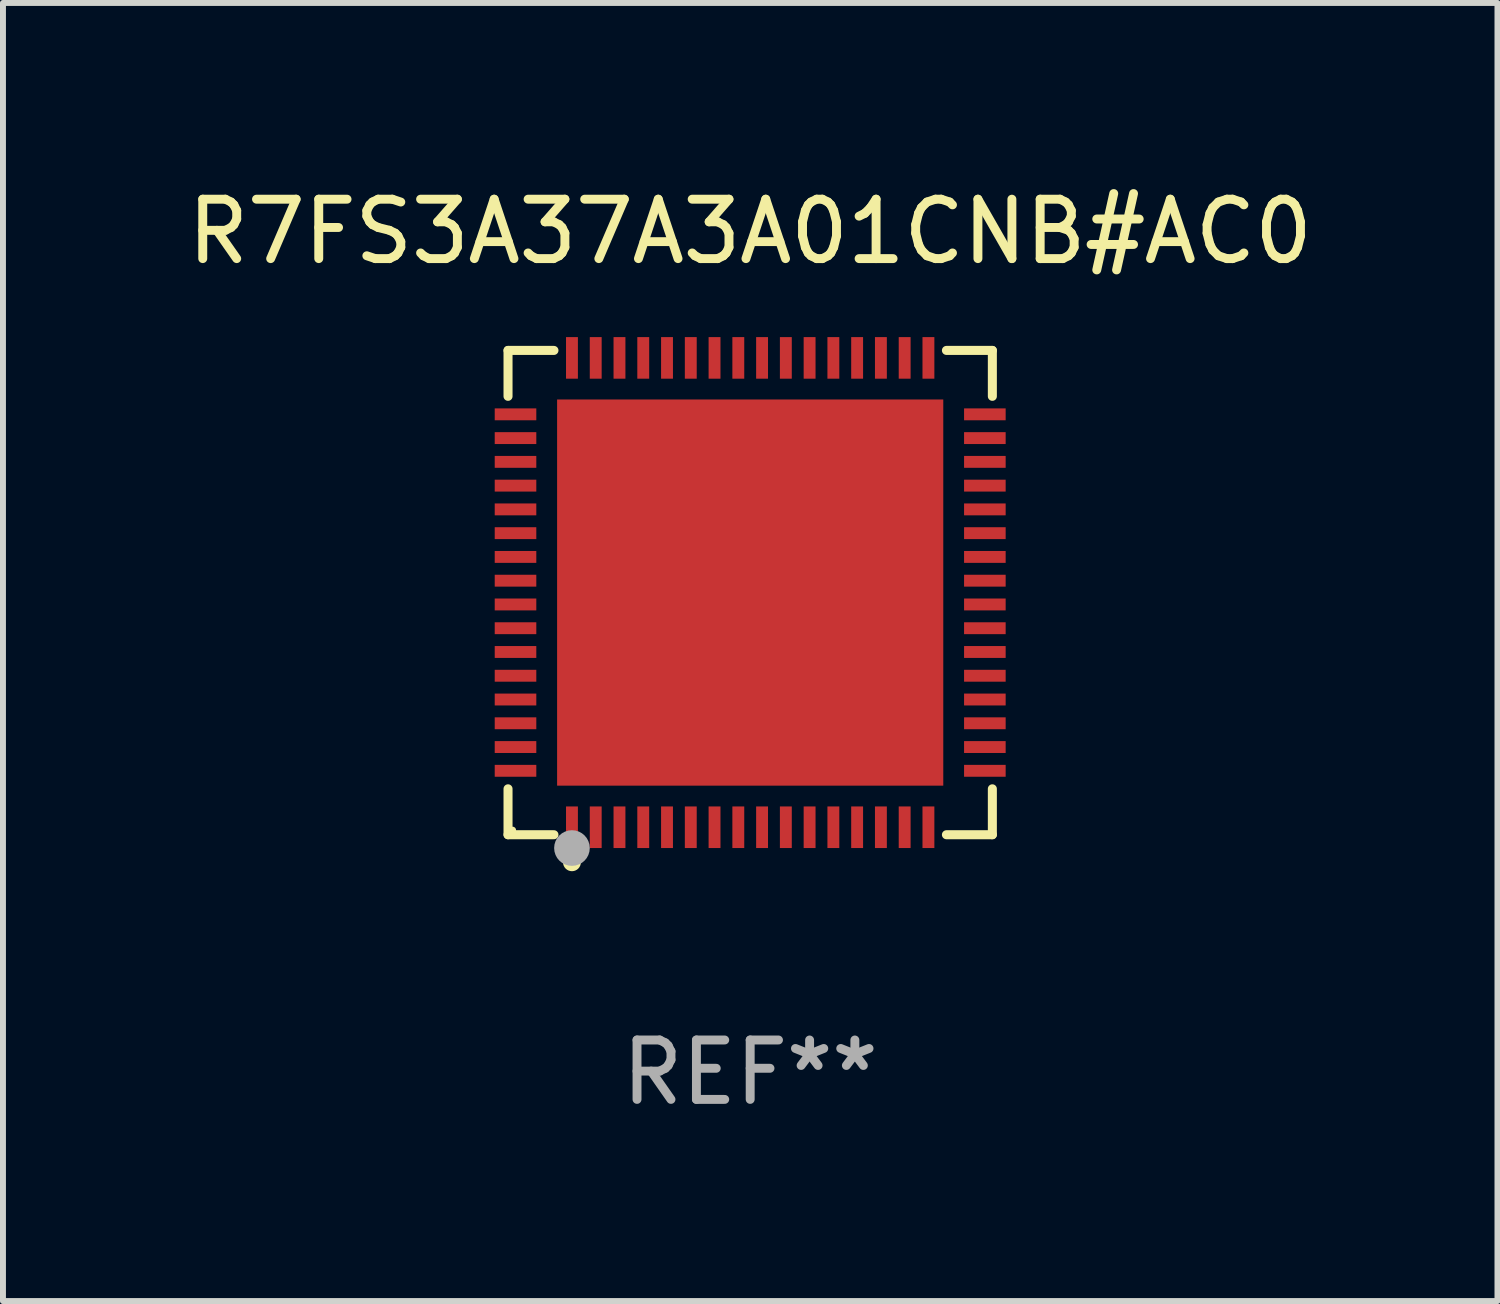
<source format=kicad_pcb>
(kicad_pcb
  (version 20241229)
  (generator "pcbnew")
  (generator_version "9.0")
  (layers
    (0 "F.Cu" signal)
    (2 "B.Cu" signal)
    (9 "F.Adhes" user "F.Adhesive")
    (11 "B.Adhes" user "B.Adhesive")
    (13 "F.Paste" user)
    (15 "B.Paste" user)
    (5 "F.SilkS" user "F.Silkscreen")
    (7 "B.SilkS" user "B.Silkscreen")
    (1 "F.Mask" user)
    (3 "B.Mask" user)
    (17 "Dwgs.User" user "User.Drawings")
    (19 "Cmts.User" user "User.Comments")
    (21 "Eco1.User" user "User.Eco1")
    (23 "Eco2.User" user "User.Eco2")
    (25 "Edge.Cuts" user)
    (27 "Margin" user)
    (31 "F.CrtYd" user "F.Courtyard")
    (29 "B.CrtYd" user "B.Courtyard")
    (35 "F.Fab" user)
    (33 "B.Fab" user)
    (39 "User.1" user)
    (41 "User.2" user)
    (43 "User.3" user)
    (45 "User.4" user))
  (footprint "R7FS3A37A3A01CNB#AC0"
    (layer "F.Cu")
    (at 9.577 6.924)
    (property "Reference" "R7FS3A37A3A01CNB#AC0" (at 0 -6.076 0) (layer "F.SilkS") (effects (font (size 1 1) (thickness 0.15))))
    (attr through_hole)
    (fp_line (start -4.076 -4.076) (end -3.303 -4.076) (stroke (width 0.152) (type solid)) (layer "F.SilkS"))
    (fp_line (start -4.076 -3.303) (end -4.076 -4.076) (stroke (width 0.152) (type solid)) (layer "F.SilkS"))
    (fp_line (start -4.076 3.303) (end -4.076 4.076) (stroke (width 0.152) (type solid)) (layer "F.SilkS"))
    (fp_line (start -4.076 4.076) (end -3.303 4.076) (stroke (width 0.152) (type solid)) (layer "F.SilkS"))
    (fp_line (start 4.076 -4.076) (end 3.303 -4.076) (stroke (width 0.152) (type solid)) (layer "F.SilkS"))
    (fp_line (start 4.076 -3.303) (end 4.076 -4.076) (stroke (width 0.152) (type solid)) (layer "F.SilkS"))
    (fp_line (start 4.076 3.303) (end 4.076 4.076) (stroke (width 0.152) (type solid)) (layer "F.SilkS"))
    (fp_line (start 4.076 4.076) (end 3.303 4.076) (stroke (width 0.152) (type solid)) (layer "F.SilkS"))
    (fp_circle (center -4 4) (end -3.97 4) (stroke (width 0.06) (type solid)) (fill no) (layer "F.SilkS"))
    (fp_circle (center -3 4.54) (end -2.925 4.54) (stroke (width 0.15) (type solid)) (fill no) (layer "F.SilkS"))
    (fp_circle (center -3 4.3) (end -2.85 4.3) (stroke (width 0.3) (type solid)) (fill no) (layer "F.Fab"))
    (fp_text user "REF**" (at 0 8.076 0) (layer "F.Fab") (effects (font (size 1 1) (thickness 0.15))))
    (pad "1" smd rect (at -3 3.95) (size 0.2 0.7) (layers "F.Cu" "F.Mask" "F.Paste"))
    (pad "2" smd rect (at -2.6 3.95) (size 0.2 0.7) (layers "F.Cu" "F.Mask" "F.Paste"))
    (pad "3" smd rect (at -2.2 3.95) (size 0.2 0.7) (layers "F.Cu" "F.Mask" "F.Paste"))
    (pad "4" smd rect (at -1.8 3.95) (size 0.2 0.7) (layers "F.Cu" "F.Mask" "F.Paste"))
    (pad "5" smd rect (at -1.4 3.95) (size 0.2 0.7) (layers "F.Cu" "F.Mask" "F.Paste"))
    (pad "6" smd rect (at -1 3.95) (size 0.2 0.7) (layers "F.Cu" "F.Mask" "F.Paste"))
    (pad "7" smd rect (at -0.6 3.95) (size 0.2 0.7) (layers "F.Cu" "F.Mask" "F.Paste"))
    (pad "8" smd rect (at -0.2 3.95) (size 0.2 0.7) (layers "F.Cu" "F.Mask" "F.Paste"))
    (pad "9" smd rect (at 0.2 3.95) (size 0.2 0.7) (layers "F.Cu" "F.Mask" "F.Paste"))
    (pad "10" smd rect (at 0.6 3.95) (size 0.2 0.7) (layers "F.Cu" "F.Mask" "F.Paste"))
    (pad "11" smd rect (at 1 3.95) (size 0.2 0.7) (layers "F.Cu" "F.Mask" "F.Paste"))
    (pad "12" smd rect (at 1.4 3.95) (size 0.2 0.7) (layers "F.Cu" "F.Mask" "F.Paste"))
    (pad "13" smd rect (at 1.8 3.95) (size 0.2 0.7) (layers "F.Cu" "F.Mask" "F.Paste"))
    (pad "14" smd rect (at 2.2 3.95) (size 0.2 0.7) (layers "F.Cu" "F.Mask" "F.Paste"))
    (pad "15" smd rect (at 2.6 3.95) (size 0.2 0.7) (layers "F.Cu" "F.Mask" "F.Paste"))
    (pad "16" smd rect (at 3 3.95) (size 0.2 0.7) (layers "F.Cu" "F.Mask" "F.Paste"))
    (pad "17" smd rect (at 3.95 3) (size 0.7 0.2) (layers "F.Cu" "F.Mask" "F.Paste"))
    (pad "18" smd rect (at 3.95 2.6) (size 0.7 0.2) (layers "F.Cu" "F.Mask" "F.Paste"))
    (pad "19" smd rect (at 3.95 2.2) (size 0.7 0.2) (layers "F.Cu" "F.Mask" "F.Paste"))
    (pad "20" smd rect (at 3.95 1.8) (size 0.7 0.2) (layers "F.Cu" "F.Mask" "F.Paste"))
    (pad "21" smd rect (at 3.95 1.4) (size 0.7 0.2) (layers "F.Cu" "F.Mask" "F.Paste"))
    (pad "22" smd rect (at 3.95 1) (size 0.7 0.2) (layers "F.Cu" "F.Mask" "F.Paste"))
    (pad "23" smd rect (at 3.95 0.6) (size 0.7 0.2) (layers "F.Cu" "F.Mask" "F.Paste"))
    (pad "24" smd rect (at 3.95 0.2) (size 0.7 0.2) (layers "F.Cu" "F.Mask" "F.Paste"))
    (pad "25" smd rect (at 3.95 -0.2) (size 0.7 0.2) (layers "F.Cu" "F.Mask" "F.Paste"))
    (pad "26" smd rect (at 3.95 -0.6) (size 0.7 0.2) (layers "F.Cu" "F.Mask" "F.Paste"))
    (pad "27" smd rect (at 3.95 -1) (size 0.7 0.2) (layers "F.Cu" "F.Mask" "F.Paste"))
    (pad "28" smd rect (at 3.95 -1.4) (size 0.7 0.2) (layers "F.Cu" "F.Mask" "F.Paste"))
    (pad "29" smd rect (at 3.95 -1.8) (size 0.7 0.2) (layers "F.Cu" "F.Mask" "F.Paste"))
    (pad "30" smd rect (at 3.95 -2.2) (size 0.7 0.2) (layers "F.Cu" "F.Mask" "F.Paste"))
    (pad "31" smd rect (at 3.95 -2.6) (size 0.7 0.2) (layers "F.Cu" "F.Mask" "F.Paste"))
    (pad "32" smd rect (at 3.95 -3) (size 0.7 0.2) (layers "F.Cu" "F.Mask" "F.Paste"))
    (pad "33" smd rect (at 3 -3.95) (size 0.2 0.7) (layers "F.Cu" "F.Mask" "F.Paste"))
    (pad "34" smd rect (at 2.6 -3.95) (size 0.2 0.7) (layers "F.Cu" "F.Mask" "F.Paste"))
    (pad "35" smd rect (at 2.2 -3.95) (size 0.2 0.7) (layers "F.Cu" "F.Mask" "F.Paste"))
    (pad "36" smd rect (at 1.8 -3.95) (size 0.2 0.7) (layers "F.Cu" "F.Mask" "F.Paste"))
    (pad "37" smd rect (at 1.4 -3.95) (size 0.2 0.7) (layers "F.Cu" "F.Mask" "F.Paste"))
    (pad "38" smd rect (at 1 -3.95) (size 0.2 0.7) (layers "F.Cu" "F.Mask" "F.Paste"))
    (pad "39" smd rect (at 0.6 -3.95) (size 0.2 0.7) (layers "F.Cu" "F.Mask" "F.Paste"))
    (pad "40" smd rect (at 0.2 -3.95) (size 0.2 0.7) (layers "F.Cu" "F.Mask" "F.Paste"))
    (pad "41" smd rect (at -0.2 -3.95) (size 0.2 0.7) (layers "F.Cu" "F.Mask" "F.Paste"))
    (pad "42" smd rect (at -0.6 -3.95) (size 0.2 0.7) (layers "F.Cu" "F.Mask" "F.Paste"))
    (pad "43" smd rect (at -1 -3.95) (size 0.2 0.7) (layers "F.Cu" "F.Mask" "F.Paste"))
    (pad "44" smd rect (at -1.4 -3.95) (size 0.2 0.7) (layers "F.Cu" "F.Mask" "F.Paste"))
    (pad "45" smd rect (at -1.8 -3.95) (size 0.2 0.7) (layers "F.Cu" "F.Mask" "F.Paste"))
    (pad "46" smd rect (at -2.2 -3.95) (size 0.2 0.7) (layers "F.Cu" "F.Mask" "F.Paste"))
    (pad "47" smd rect (at -2.6 -3.95) (size 0.2 0.7) (layers "F.Cu" "F.Mask" "F.Paste"))
    (pad "48" smd rect (at -3 -3.95) (size 0.2 0.7) (layers "F.Cu" "F.Mask" "F.Paste"))
    (pad "49" smd rect (at -3.95 -3) (size 0.7 0.2) (layers "F.Cu" "F.Mask" "F.Paste"))
    (pad "50" smd rect (at -3.95 -2.6) (size 0.7 0.2) (layers "F.Cu" "F.Mask" "F.Paste"))
    (pad "51" smd rect (at -3.95 -2.2) (size 0.7 0.2) (layers "F.Cu" "F.Mask" "F.Paste"))
    (pad "52" smd rect (at -3.95 -1.8) (size 0.7 0.2) (layers "F.Cu" "F.Mask" "F.Paste"))
    (pad "53" smd rect (at -3.95 -1.4) (size 0.7 0.2) (layers "F.Cu" "F.Mask" "F.Paste"))
    (pad "54" smd rect (at -3.95 -1) (size 0.7 0.2) (layers "F.Cu" "F.Mask" "F.Paste"))
    (pad "55" smd rect (at -3.95 -0.6) (size 0.7 0.2) (layers "F.Cu" "F.Mask" "F.Paste"))
    (pad "56" smd rect (at -3.95 -0.2) (size 0.7 0.2) (layers "F.Cu" "F.Mask" "F.Paste"))
    (pad "57" smd rect (at -3.95 0.2) (size 0.7 0.2) (layers "F.Cu" "F.Mask" "F.Paste"))
    (pad "58" smd rect (at -3.95 0.6) (size 0.7 0.2) (layers "F.Cu" "F.Mask" "F.Paste"))
    (pad "59" smd rect (at -3.95 1) (size 0.7 0.2) (layers "F.Cu" "F.Mask" "F.Paste"))
    (pad "60" smd rect (at -3.95 1.4) (size 0.7 0.2) (layers "F.Cu" "F.Mask" "F.Paste"))
    (pad "61" smd rect (at -3.95 1.8) (size 0.7 0.2) (layers "F.Cu" "F.Mask" "F.Paste"))
    (pad "62" smd rect (at -3.95 2.2) (size 0.7 0.2) (layers "F.Cu" "F.Mask" "F.Paste"))
    (pad "63" smd rect (at -3.95 2.6) (size 0.7 0.2) (layers "F.Cu" "F.Mask" "F.Paste"))
    (pad "64" smd rect (at -3.95 3) (size 0.7 0.2) (layers "F.Cu" "F.Mask" "F.Paste"))
    (pad "65" smd rect (at 0 0) (size 6.5 6.5) (layers "F.Cu" "F.Mask" "F.Paste")))
  (gr_rect
    (start -3 -3)
    (end 22.155 18.849)
    (stroke (width 0.1) (type default))
    (fill no)
    (layer "Edge.Cuts")))
</source>
